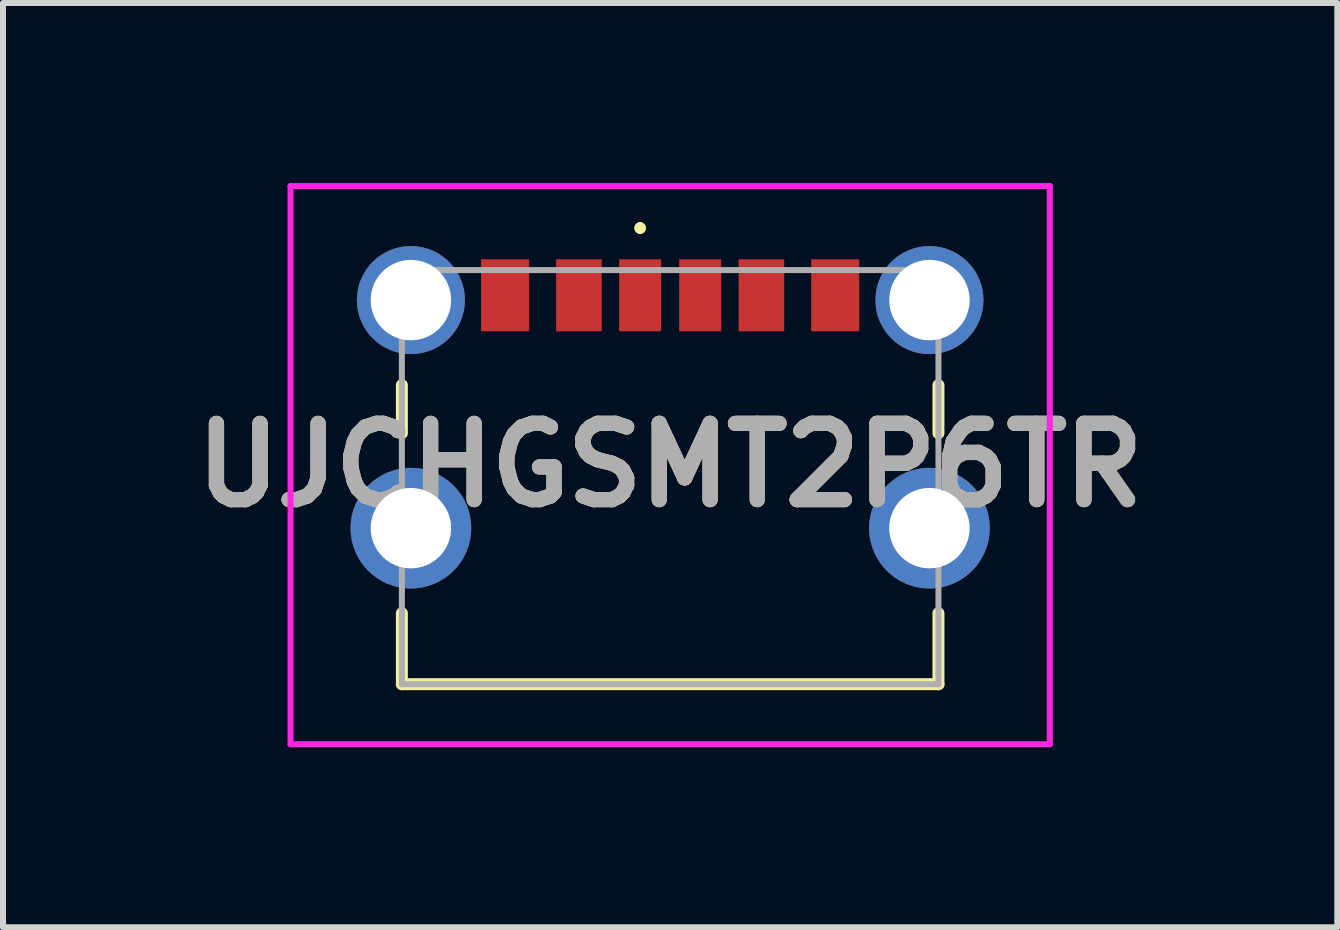
<source format=kicad_pcb>
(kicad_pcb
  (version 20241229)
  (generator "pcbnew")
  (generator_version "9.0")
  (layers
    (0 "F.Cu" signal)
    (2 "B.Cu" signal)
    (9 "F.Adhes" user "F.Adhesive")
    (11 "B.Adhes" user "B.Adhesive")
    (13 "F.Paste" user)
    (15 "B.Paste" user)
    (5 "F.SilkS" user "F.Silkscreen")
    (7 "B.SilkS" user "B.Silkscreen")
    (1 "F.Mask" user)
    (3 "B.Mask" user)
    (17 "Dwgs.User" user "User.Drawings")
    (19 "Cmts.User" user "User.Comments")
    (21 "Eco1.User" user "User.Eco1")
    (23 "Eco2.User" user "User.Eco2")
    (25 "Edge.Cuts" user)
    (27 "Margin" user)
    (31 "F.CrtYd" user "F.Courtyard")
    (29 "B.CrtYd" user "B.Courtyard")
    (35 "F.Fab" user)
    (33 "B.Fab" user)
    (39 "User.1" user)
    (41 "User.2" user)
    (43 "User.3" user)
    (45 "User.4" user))
  (footprint "UJCHGSMT2P6TR"
    (layer "F.Cu")
    (at 8.116 4.9)
    (property "Reference" "UJCHGSMT2P6TR" (at 0 -0.2 0) (layer "F.SilkS") (effects (font (size 1.27 1.27) (thickness 0.254))))
    (attr through_hole)
    (fp_line (start -4.47 -1.533) (end -4.47 -0.733) (stroke (width 0.2) (type solid)) (layer "F.SilkS"))
    (fp_line (start -4.47 3.45) (end -4.47 2.267) (stroke (width 0.2) (type solid)) (layer "F.SilkS"))
    (fp_line (start -0.5 -4.2) (end -0.5 -4.2) (stroke (width 0.1) (type solid)) (layer "F.SilkS"))
    (fp_line (start -0.5 -4.1) (end -0.5 -4.1) (stroke (width 0.1) (type solid)) (layer "F.SilkS"))
    (fp_line (start 4.47 -1.533) (end 4.47 -0.733) (stroke (width 0.2) (type solid)) (layer "F.SilkS"))
    (fp_line (start 4.47 2.267) (end 4.47 3.45) (stroke (width 0.2) (type solid)) (layer "F.SilkS"))
    (fp_line (start 4.47 3.45) (end -4.47 3.45) (stroke (width 0.2) (type solid)) (layer "F.SilkS"))
    (fp_arc (start -0.5 -4.2) (mid -0.45 -4.15) (end -0.5 -4.1) (stroke (width 0.1) (type solid)) (layer "F.SilkS"))
    (fp_arc (start -0.5 -4.1) (mid -0.55 -4.15) (end -0.5 -4.2) (stroke (width 0.1) (type solid)) (layer "F.SilkS"))
    (fp_line (start -6.325 -4.85) (end 6.325 -4.85) (stroke (width 0.1) (type solid)) (layer "F.CrtYd"))
    (fp_line (start -6.325 4.45) (end -6.325 -4.85) (stroke (width 0.1) (type solid)) (layer "F.CrtYd"))
    (fp_line (start 6.325 -4.85) (end 6.325 4.45) (stroke (width 0.1) (type solid)) (layer "F.CrtYd"))
    (fp_line (start 6.325 4.45) (end -6.325 4.45) (stroke (width 0.1) (type solid)) (layer "F.CrtYd"))
    (fp_line (start -4.47 -3.45) (end 4.47 -3.45) (stroke (width 0.1) (type solid)) (layer "F.Fab"))
    (fp_line (start -4.47 3.45) (end -4.47 -3.45) (stroke (width 0.1) (type solid)) (layer "F.Fab"))
    (fp_line (start 4.47 -3.45) (end 4.47 3.45) (stroke (width 0.1) (type solid)) (layer "F.Fab"))
    (fp_line (start 4.47 3.45) (end -4.47 3.45) (stroke (width 0.1) (type solid)) (layer "F.Fab"))
    (fp_text user "${REFERENCE}" (at 0 -0.2 0) (layer "F.Fab") (effects (font (size 1.27 1.27) (thickness 0.254))))
    (pad "1" thru_hole circle (at -4.32 -2.95) (size 1.8 1.8) (drill 1.34) (layers "*.Cu" "*.Mask"))
    (pad "2" thru_hole circle (at 4.32 -2.95) (size 1.8 1.8) (drill 1.34) (layers "*.Cu" "*.Mask"))
    (pad "3" thru_hole circle (at -4.32 0.85) (size 2.01 2.01) (drill 1.34) (layers "*.Cu" "*.Mask"))
    (pad "4" thru_hole circle (at 4.32 0.85) (size 2.01 2.01) (drill 1.34) (layers "*.Cu" "*.Mask"))
    (pad "A5" smd rect (at -0.5 -3.03) (size 0.7 1.2) (layers "F.Cu" "F.Mask" "F.Paste"))
    (pad "A9" smd rect (at 1.52 -3.03) (size 0.76 1.2) (layers "F.Cu" "F.Mask" "F.Paste"))
    (pad "A12" smd rect (at 2.75 -3.03) (size 0.8 1.2) (layers "F.Cu" "F.Mask" "F.Paste"))
    (pad "B5" smd rect (at 0.5 -3.03) (size 0.7 1.2) (layers "F.Cu" "F.Mask" "F.Paste"))
    (pad "B9" smd rect (at -1.52 -3.03) (size 0.76 1.2) (layers "F.Cu" "F.Mask" "F.Paste"))
    (pad "B12" smd rect (at -2.75 -3.03) (size 0.8 1.2) (layers "F.Cu" "F.Mask" "F.Paste")))
  (gr_rect
    (start -3 -3)
    (end 19.232 12.4)
    (stroke (width 0.1) (type default))
    (fill no)
    (layer "Edge.Cuts")))
</source>
